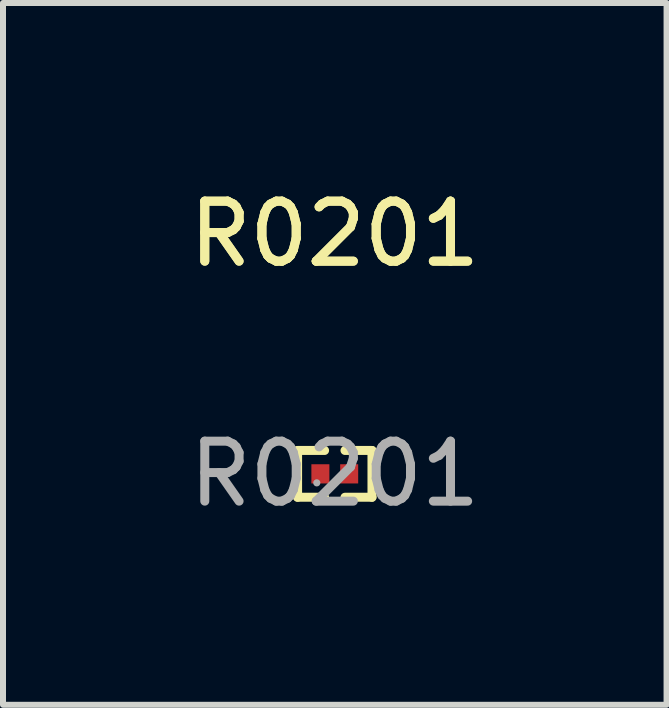
<source format=kicad_pcb>
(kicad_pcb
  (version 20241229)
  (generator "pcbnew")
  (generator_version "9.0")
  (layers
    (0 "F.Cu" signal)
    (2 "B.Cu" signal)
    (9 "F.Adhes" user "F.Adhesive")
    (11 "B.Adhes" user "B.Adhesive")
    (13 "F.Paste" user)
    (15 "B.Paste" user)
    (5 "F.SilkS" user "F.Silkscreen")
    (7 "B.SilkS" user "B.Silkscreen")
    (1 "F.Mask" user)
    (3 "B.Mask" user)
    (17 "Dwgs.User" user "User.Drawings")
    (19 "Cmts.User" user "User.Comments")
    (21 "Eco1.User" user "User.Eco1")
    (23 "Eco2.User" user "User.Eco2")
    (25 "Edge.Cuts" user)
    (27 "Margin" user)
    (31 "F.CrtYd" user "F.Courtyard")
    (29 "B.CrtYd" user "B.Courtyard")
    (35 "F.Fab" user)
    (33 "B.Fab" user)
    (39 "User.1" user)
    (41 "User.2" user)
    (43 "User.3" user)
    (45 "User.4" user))
  (footprint "R0201"
    (layer "F.Cu")
    (at 2.53 4.848)
    (property "Reference" "R0201" (at 0 -4 0) (layer "F.SilkS") (effects (font (size 1 1) (thickness 0.15))))
    (attr through_hole)
    (fp_line (start -0.62 -0.39) (end -0.17 -0.39) (stroke (width 0.15) (type solid)) (layer "F.SilkS"))
    (fp_line (start -0.62 0.39) (end -0.62 -0.39) (stroke (width 0.15) (type solid)) (layer "F.SilkS"))
    (fp_line (start -0.17 0.39) (end -0.62 0.39) (stroke (width 0.15) (type solid)) (layer "F.SilkS"))
    (fp_line (start 0.17 0.39) (end 0.62 0.39) (stroke (width 0.15) (type solid)) (layer "F.SilkS"))
    (fp_line (start 0.62 -0.39) (end 0.17 -0.39) (stroke (width 0.15) (type solid)) (layer "F.SilkS"))
    (fp_line (start 0.62 0.39) (end 0.62 -0.39) (stroke (width 0.15) (type solid)) (layer "F.SilkS"))
    (fp_circle (center -0.3 0.15) (end -0.27 0.15) (stroke (width 0.06) (type solid)) (fill no) (layer "F.Fab"))
    (fp_text user "${REFERENCE}" (at 0 -4 0) (layer "F.SilkS") (effects (font (size 1 1) (thickness 0.15))))
    (fp_text user "${REFERENCE}" (at 0 0 0) (layer "F.Fab") (effects (font (size 1 1) (thickness 0.15))))
    (pad "1" smd rect (at -0.24 0) (size 0.3 0.32) (layers "F.Cu" "F.Mask" "F.Paste"))
    (pad "2" smd rect (at 0.24 0) (size 0.3 0.32) (layers "F.Cu" "F.Mask" "F.Paste")))
  (gr_rect
    (start -3 -3)
    (end 8.06 8.697)
    (stroke (width 0.1) (type default))
    (fill no)
    (layer "Edge.Cuts")))
</source>
